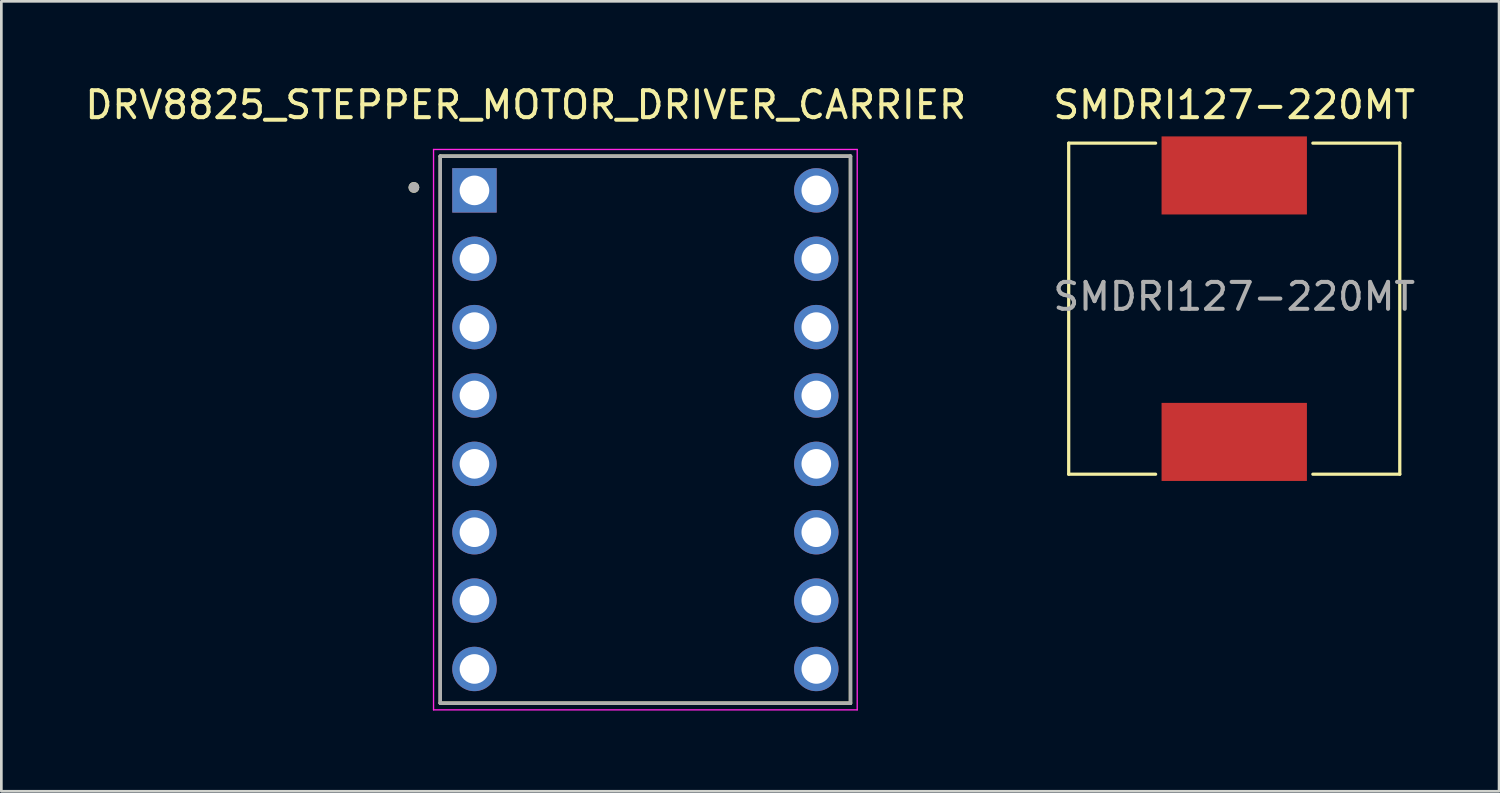
<source format=kicad_pcb>
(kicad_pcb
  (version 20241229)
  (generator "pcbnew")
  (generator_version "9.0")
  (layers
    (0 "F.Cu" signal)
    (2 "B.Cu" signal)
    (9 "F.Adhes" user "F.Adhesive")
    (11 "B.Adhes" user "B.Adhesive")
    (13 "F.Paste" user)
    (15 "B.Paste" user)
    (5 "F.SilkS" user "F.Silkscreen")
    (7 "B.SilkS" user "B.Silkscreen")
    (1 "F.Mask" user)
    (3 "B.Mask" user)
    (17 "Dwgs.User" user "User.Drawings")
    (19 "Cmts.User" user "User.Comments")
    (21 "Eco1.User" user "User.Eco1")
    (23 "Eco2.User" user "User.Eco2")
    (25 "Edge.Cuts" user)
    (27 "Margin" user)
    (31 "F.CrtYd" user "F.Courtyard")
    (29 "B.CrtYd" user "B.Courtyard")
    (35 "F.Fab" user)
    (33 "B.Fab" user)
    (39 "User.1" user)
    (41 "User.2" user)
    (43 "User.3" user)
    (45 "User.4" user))
  (footprint "SMDRI127-220MT"
    (layer "F.Cu")
    (at 42.804 8.468)
    (property "Reference" "SMDRI127-220MT" (at 0 -7.62 0) (unlocked yes) (layer "F.SilkS") (effects (font (size 1 1) (thickness 0.15))))
    (attr smd)
    (fp_line (start -6.15 -6.2) (end -6.15 6.1) (stroke (width 0.12) (type solid)) (layer "F.SilkS"))
    (fp_line (start -6.15 6.1) (end -2.921 6.1) (stroke (width 0.12) (type solid)) (layer "F.SilkS"))
    (fp_line (start -2.921 -6.2) (end -6.15 -6.2) (stroke (width 0.12) (type solid)) (layer "F.SilkS"))
    (fp_line (start 6.15 -6.2) (end 2.921 -6.2) (stroke (width 0.12) (type solid)) (layer "F.SilkS"))
    (fp_line (start 6.15 6.1) (end 2.921 6.1) (stroke (width 0.12) (type solid)) (layer "F.SilkS"))
    (fp_line (start 6.15 6.1) (end 6.15 -6.2) (stroke (width 0.12) (type solid)) (layer "F.SilkS"))
    (fp_text user "${REFERENCE}" (at 0 -0.5 0) (unlocked yes) (layer "F.Fab") (effects (font (size 1 1) (thickness 0.15))))
    (pad "1" smd rect (at 0 -5) (size 5.4 2.9) (layers "F.Cu" "F.Mask" "F.Paste"))
    (pad "2" smd rect (at 0 4.9) (size 5.4 2.9) (layers "F.Cu" "F.Mask" "F.Paste")))
  (footprint "DRV8825_STEPPER_MOTOR_DRIVER_CARRIER"
    (layer "F.Cu")
    (at 20.927 12.913)
    (property "Reference" "DRV8825_STEPPER_MOTOR_DRIVER_CARRIER" (at -4.445 -12.065 0) (layer "F.SilkS") (effects (font (size 1 1) (thickness 0.15))))
    (attr through_hole)
    (fp_line (start -7.62 -10.16) (end 7.62 -10.16) (stroke (width 0.127) (type solid)) (layer "F.SilkS"))
    (fp_line (start -7.62 10.16) (end -7.62 -10.16) (stroke (width 0.127) (type solid)) (layer "F.SilkS"))
    (fp_line (start 7.62 -10.16) (end 7.62 10.16) (stroke (width 0.127) (type solid)) (layer "F.SilkS"))
    (fp_line (start 7.62 10.16) (end -7.62 10.16) (stroke (width 0.127) (type solid)) (layer "F.SilkS"))
    (fp_circle (center -8.6 -9) (end -8.5 -9) (stroke (width 0.2) (type solid)) (fill no) (layer "F.SilkS"))
    (fp_line (start -7.87 -10.41) (end 7.87 -10.41) (stroke (width 0.05) (type solid)) (layer "F.CrtYd"))
    (fp_line (start -7.87 10.41) (end -7.87 -10.41) (stroke (width 0.05) (type solid)) (layer "F.CrtYd"))
    (fp_line (start 7.87 -10.41) (end 7.87 10.41) (stroke (width 0.05) (type solid)) (layer "F.CrtYd"))
    (fp_line (start 7.87 10.41) (end -7.87 10.41) (stroke (width 0.05) (type solid)) (layer "F.CrtYd"))
    (fp_line (start -7.62 -10.16) (end 7.62 -10.16) (stroke (width 0.127) (type solid)) (layer "F.Fab"))
    (fp_line (start -7.62 10.16) (end -7.62 -10.16) (stroke (width 0.127) (type solid)) (layer "F.Fab"))
    (fp_line (start 7.62 -10.16) (end 7.62 10.16) (stroke (width 0.127) (type solid)) (layer "F.Fab"))
    (fp_line (start 7.62 10.16) (end -7.62 10.16) (stroke (width 0.127) (type solid)) (layer "F.Fab"))
    (fp_circle (center -8.6 -9) (end -8.5 -9) (stroke (width 0.2) (type solid)) (fill no) (layer "F.Fab"))
    (pad "1" thru_hole rect (at -6.35 -8.89) (size 1.65 1.65) (drill 1.1) (layers "*.Cu" "*.Mask"))
    (pad "2" thru_hole circle (at -6.35 -6.35) (size 1.65 1.65) (drill 1.1) (layers "*.Cu" "*.Mask"))
    (pad "3" thru_hole circle (at -6.35 -3.81) (size 1.65 1.65) (drill 1.1) (layers "*.Cu" "*.Mask"))
    (pad "4" thru_hole circle (at -6.35 -1.27) (size 1.65 1.65) (drill 1.1) (layers "*.Cu" "*.Mask"))
    (pad "5" thru_hole circle (at -6.35 1.27) (size 1.65 1.65) (drill 1.1) (layers "*.Cu" "*.Mask"))
    (pad "6" thru_hole circle (at -6.35 3.81) (size 1.65 1.65) (drill 1.1) (layers "*.Cu" "*.Mask"))
    (pad "7" thru_hole circle (at -6.35 6.35) (size 1.65 1.65) (drill 1.1) (layers "*.Cu" "*.Mask"))
    (pad "8" thru_hole circle (at -6.35 8.89) (size 1.65 1.65) (drill 1.1) (layers "*.Cu" "*.Mask"))
    (pad "9" thru_hole circle (at 6.35 8.89) (size 1.65 1.65) (drill 1.1) (layers "*.Cu" "*.Mask"))
    (pad "10" thru_hole circle (at 6.35 6.35) (size 1.65 1.65) (drill 1.1) (layers "*.Cu" "*.Mask"))
    (pad "11" thru_hole circle (at 6.35 3.81) (size 1.65 1.65) (drill 1.1) (layers "*.Cu" "*.Mask"))
    (pad "12" thru_hole circle (at 6.35 1.27) (size 1.65 1.65) (drill 1.1) (layers "*.Cu" "*.Mask"))
    (pad "13" thru_hole circle (at 6.35 -1.27) (size 1.65 1.65) (drill 1.1) (layers "*.Cu" "*.Mask"))
    (pad "14" thru_hole circle (at 6.35 -3.81) (size 1.65 1.65) (drill 1.1) (layers "*.Cu" "*.Mask"))
    (pad "15" thru_hole circle (at 6.35 -6.35) (size 1.65 1.65) (drill 1.1) (layers "*.Cu" "*.Mask"))
    (pad "16" thru_hole circle (at 6.35 -8.89) (size 1.65 1.65) (drill 1.1) (layers "*.Cu" "*.Mask")))
  (gr_rect
    (start -3 -3)
    (end 52.643 26.348)
    (stroke (width 0.1) (type default))
    (fill no)
    (layer "Edge.Cuts")))
</source>
